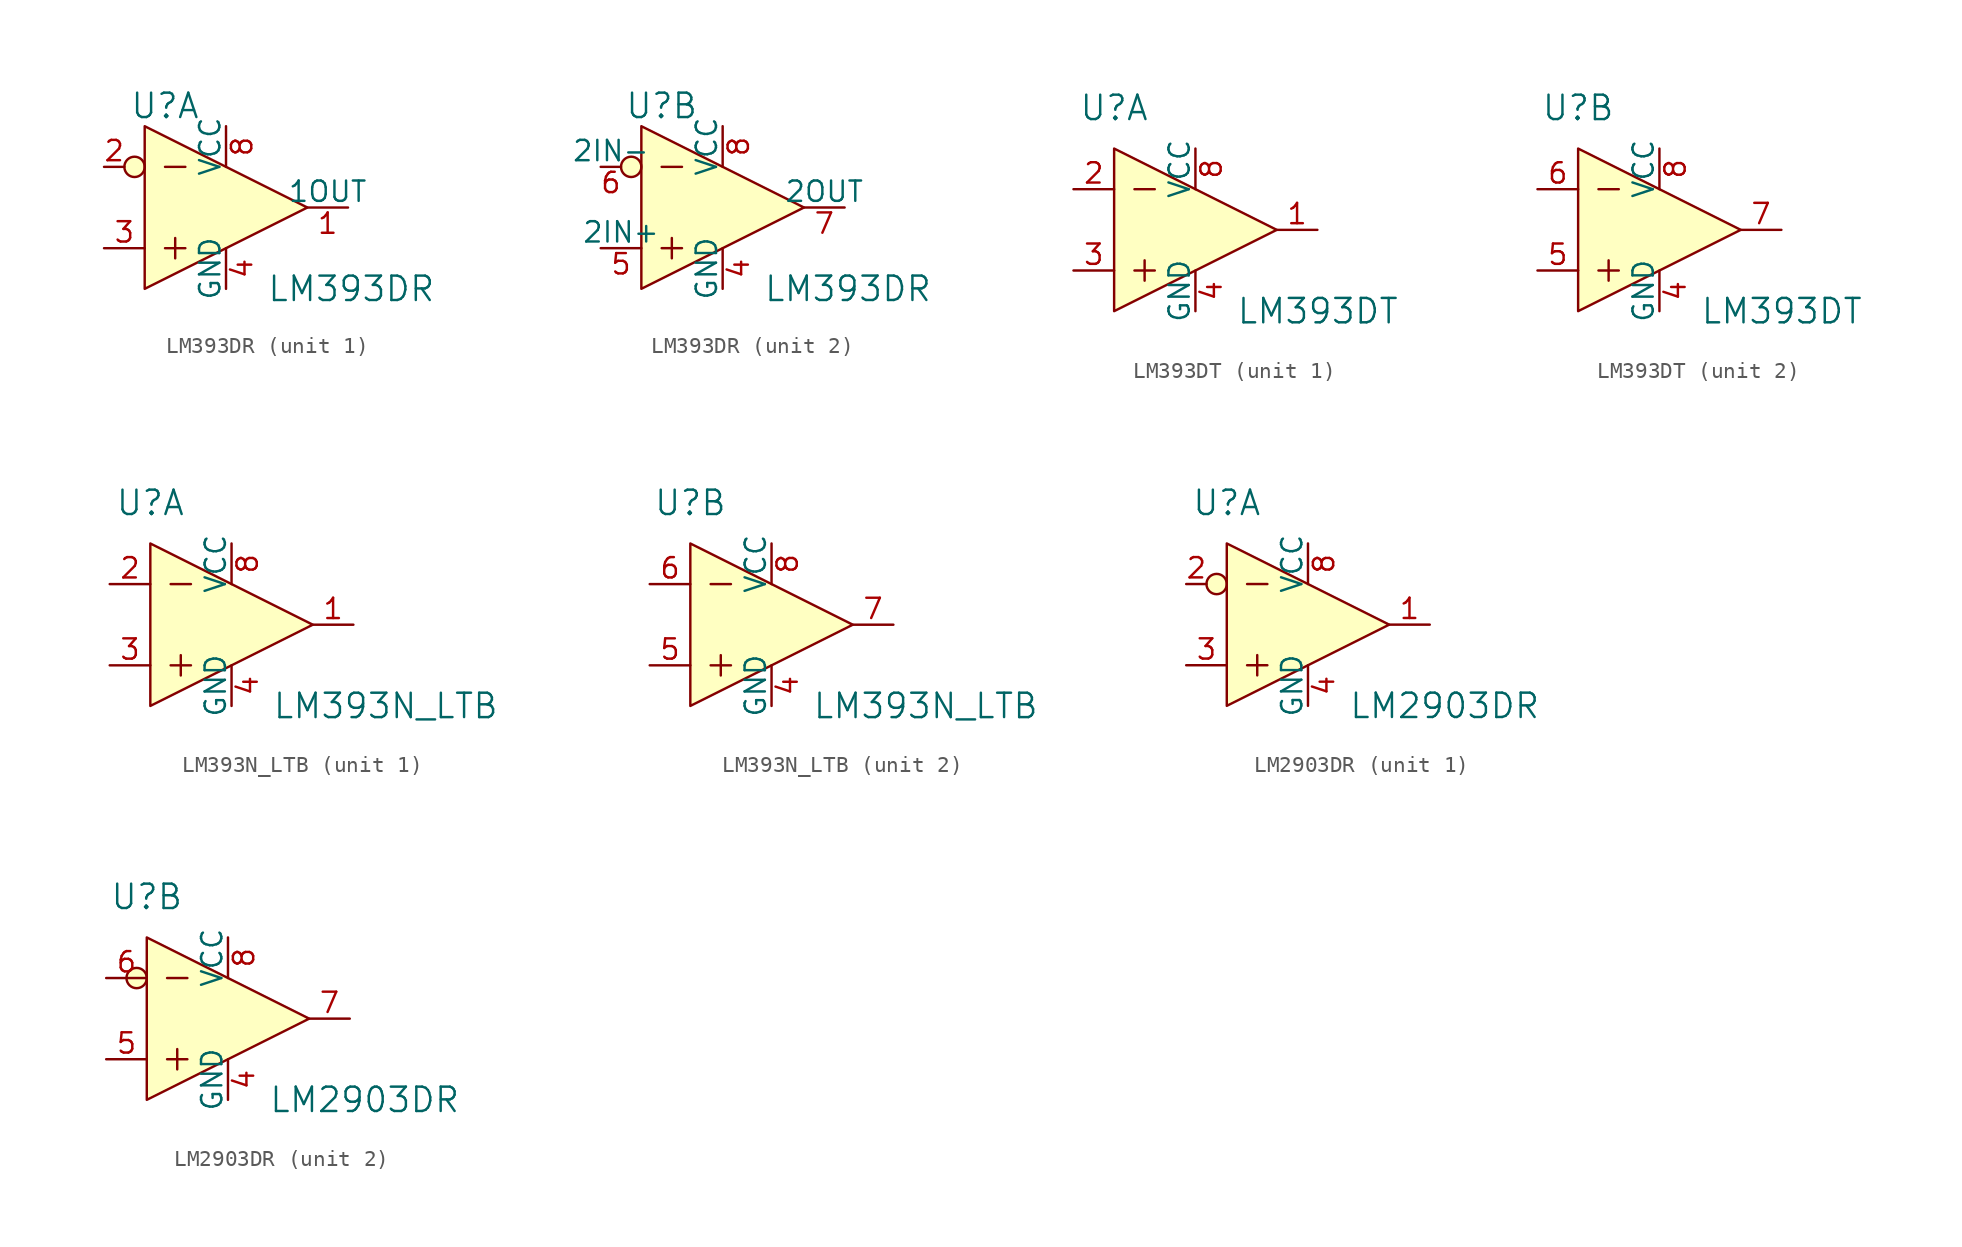
<source format=kicad_sym>
(kicad_symbol_lib
  (version 20231120)
  (generator "kicad_symbol_editor")
  (generator_version "8.0")
  (symbol "LM393DR"
    (pin_names
      (offset 0))
    (property "Reference" "U"
      (at -3.81 6.35 0)
      (effects (font (size 1.524 1.524))))
    (property "Value" "LM393DR"
      (at 2.54 -5.08 0)
      (effects (font (size 1.524 1.524)) (justify left)))
    (property "ki_locked" ""
      (at 0 0 0)
      (effects (font (size 1.27 1.27))))
    (symbol "LM393DR_0_1"
      (circle (center -5.715 2.54) (radius 0.635) (stroke (width 0) (type default)) (fill (type background)))
      (polyline (pts (xy -3.81 -2.54) (xy -2.54 -2.54)) (stroke (width 0) (type default)) (fill (type none)))
      (polyline (pts (xy -3.81 2.54) (xy -2.54 2.54)) (stroke (width 0) (type default)) (fill (type none)))
      (polyline (pts (xy -3.175 -1.905) (xy -3.175 -3.175)) (stroke (width 0) (type default)) (fill (type none)))
      (polyline (pts (xy -5.08 5.08) (xy -5.08 -5.08) (xy 5.08 0) (xy -5.08 5.08)) (stroke (width 0) (type default)) (fill (type background))))
    (symbol "LM393DR_1_1"
      (pin output line (at 7.62 0 180) (length 2.54) (name "1OUT" (effects (font (size 1.27 1.27)))) (number "1" (effects (font (size 1.27 1.27)))))
      (pin input line (at -7.62 2.54 0) (length 1.27) (name "~" (effects (font (size 1.27 1.27)))) (number "2" (effects (font (size 1.27 1.27)))))
      (pin input line (at -7.62 -2.54 0) (length 2.54) (name "~" (effects (font (size 1.27 1.27)))) (number "3" (effects (font (size 1.27 1.27)))))
      (pin power_in line (at 0 -5.08 90) (length 2.54) (name "GND" (effects (font (size 1.27 1.27)))) (number "4" (effects (font (size 1.27 1.27)))))
      (pin power_in line (at 0 5.08 270) (length 2.54) (name "VCC" (effects (font (size 1.27 1.27)))) (number "8" (effects (font (size 1.27 1.27))))))
    (symbol "LM393DR_2_1"
      (pin power_in line (at 0 -5.08 90) (length 2.54) (name "GND" (effects (font (size 1.27 1.27)))) (number "4" (effects (font (size 1.27 1.27)))))
      (pin input line (at -7.62 -2.54 0) (length 2.54) (name "2IN+" (effects (font (size 1.27 1.27)))) (number "5" (effects (font (size 1.27 1.27)))))
      (pin input line (at -7.62 2.54 0) (length 1.27) (name "2IN-" (effects (font (size 1.27 1.27)))) (number "6" (effects (font (size 1.27 1.27)))))
      (pin output line (at 7.62 0 180) (length 2.54) (name "2OUT" (effects (font (size 1.27 1.27)))) (number "7" (effects (font (size 1.27 1.27)))))
      (pin power_in line (at 0 5.08 270) (length 2.54) (name "VCC" (effects (font (size 1.27 1.27)))) (number "8" (effects (font (size 1.27 1.27)))))))
  (symbol "LM393DT"
    (pin_names
      (offset 0))
    (property "Reference" "U"
      (at -5.08 7.62 0)
      (effects (font (size 1.524 1.524))))
    (property "Value" "LM393DT"
      (at 2.54 -5.08 0)
      (effects (font (size 1.524 1.524)) (justify left)))
    (property "ki_locked" ""
      (at 0 0 0)
      (effects (font (size 1.27 1.27))))
    (symbol "LM393DT_0_1"
      (polyline (pts (xy -3.81 -2.54) (xy -2.54 -2.54)) (stroke (width 0) (type default)) (fill (type none)))
      (polyline (pts (xy -3.81 2.54) (xy -2.54 2.54)) (stroke (width 0) (type default)) (fill (type none)))
      (polyline (pts (xy -3.175 -1.905) (xy -3.175 -3.175)) (stroke (width 0) (type default)) (fill (type none)))
      (polyline (pts (xy -5.08 5.08) (xy -5.08 -5.08) (xy 5.08 0) (xy -5.08 5.08)) (stroke (width 0) (type default)) (fill (type background))))
    (symbol "LM393DT_1_1"
      (pin output line (at 7.62 0 180) (length 2.54) (name "~" (effects (font (size 1.27 1.27)))) (number "1" (effects (font (size 1.27 1.27)))))
      (pin input line (at -7.62 2.54 0) (length 2.54) (name "~" (effects (font (size 1.27 1.27)))) (number "2" (effects (font (size 1.27 1.27)))))
      (pin input line (at -7.62 -2.54 0) (length 2.54) (name "~" (effects (font (size 1.27 1.27)))) (number "3" (effects (font (size 1.27 1.27)))))
      (pin power_in line (at 0 -5.08 90) (length 2.54) (name "GND" (effects (font (size 1.27 1.27)))) (number "4" (effects (font (size 1.27 1.27)))))
      (pin power_in line (at 0 5.08 270) (length 2.54) (name "VCC" (effects (font (size 1.27 1.27)))) (number "8" (effects (font (size 1.27 1.27))))))
    (symbol "LM393DT_2_1"
      (pin power_in line (at 0 -5.08 90) (length 2.54) (name "GND" (effects (font (size 1.27 1.27)))) (number "4" (effects (font (size 1.27 1.27)))))
      (pin input line (at -7.62 -2.54 0) (length 2.54) (name "~" (effects (font (size 1.27 1.27)))) (number "5" (effects (font (size 1.27 1.27)))))
      (pin input line (at -7.62 2.54 0) (length 2.54) (name "~" (effects (font (size 1.27 1.27)))) (number "6" (effects (font (size 1.27 1.27)))))
      (pin output line (at 7.62 0 180) (length 2.54) (name "~" (effects (font (size 1.27 1.27)))) (number "7" (effects (font (size 1.27 1.27)))))
      (pin power_in line (at 0 5.08 270) (length 2.54) (name "VCC" (effects (font (size 1.27 1.27)))) (number "8" (effects (font (size 1.27 1.27)))))))
  (symbol "LM393N_LTB"
    (pin_names
      (offset 0))
    (property "Reference" "U"
      (at -5.08 7.62 0)
      (effects (font (size 1.524 1.524))))
    (property "Value" "LM393N_LTB"
      (at 2.54 -5.08 0)
      (effects (font (size 1.524 1.524)) (justify left)))
    (property "ki_locked" ""
      (at 0 0 0)
      (effects (font (size 1.27 1.27))))
    (symbol "LM393N_LTB_0_1"
      (polyline (pts (xy -3.81 -2.54) (xy -2.54 -2.54)) (stroke (width 0) (type default)) (fill (type none)))
      (polyline (pts (xy -3.81 2.54) (xy -2.54 2.54)) (stroke (width 0) (type default)) (fill (type none)))
      (polyline (pts (xy -3.175 -1.905) (xy -3.175 -3.175)) (stroke (width 0) (type default)) (fill (type none)))
      (polyline (pts (xy -5.08 5.08) (xy -5.08 -5.08) (xy 5.08 0) (xy -5.08 5.08)) (stroke (width 0) (type default)) (fill (type background))))
    (symbol "LM393N_LTB_1_1"
      (pin output line (at 7.62 0 180) (length 2.54) (name "~" (effects (font (size 1.27 1.27)))) (number "1" (effects (font (size 1.27 1.27)))))
      (pin input line (at -7.62 2.54 0) (length 2.54) (name "~" (effects (font (size 1.27 1.27)))) (number "2" (effects (font (size 1.27 1.27)))))
      (pin input line (at -7.62 -2.54 0) (length 2.54) (name "~" (effects (font (size 1.27 1.27)))) (number "3" (effects (font (size 1.27 1.27)))))
      (pin power_in line (at 0 -5.08 90) (length 2.54) (name "GND" (effects (font (size 1.27 1.27)))) (number "4" (effects (font (size 1.27 1.27)))))
      (pin power_in line (at 0 5.08 270) (length 2.54) (name "VCC" (effects (font (size 1.27 1.27)))) (number "8" (effects (font (size 1.27 1.27))))))
    (symbol "LM393N_LTB_2_1"
      (pin power_in line (at 0 -5.08 90) (length 2.54) (name "GND" (effects (font (size 1.27 1.27)))) (number "4" (effects (font (size 1.27 1.27)))))
      (pin input line (at -7.62 -2.54 0) (length 2.54) (name "~" (effects (font (size 1.27 1.27)))) (number "5" (effects (font (size 1.27 1.27)))))
      (pin input line (at -7.62 2.54 0) (length 2.54) (name "~" (effects (font (size 1.27 1.27)))) (number "6" (effects (font (size 1.27 1.27)))))
      (pin output line (at 7.62 0 180) (length 2.54) (name "~" (effects (font (size 1.27 1.27)))) (number "7" (effects (font (size 1.27 1.27)))))
      (pin power_in line (at 0 5.08 270) (length 2.54) (name "VCC" (effects (font (size 1.27 1.27)))) (number "8" (effects (font (size 1.27 1.27)))))))
  (symbol "LM2903DR"
    (pin_names
      (offset 0))
    (property "Reference" "U"
      (at -5.08 7.62 0)
      (effects (font (size 1.524 1.524))))
    (property "Value" "LM2903DR"
      (at 2.54 -5.08 0)
      (effects (font (size 1.524 1.524)) (justify left)))
    (property "ki_locked" ""
      (at 0 0 0)
      (effects (font (size 1.27 1.27))))
    (symbol "LM2903DR_0_1"
      (circle (center -5.715 2.54) (radius 0.635) (stroke (width 0) (type default)) (fill (type background)))
      (polyline (pts (xy -3.81 -2.54) (xy -2.54 -2.54)) (stroke (width 0) (type default)) (fill (type none)))
      (polyline (pts (xy -3.81 2.54) (xy -2.54 2.54)) (stroke (width 0) (type default)) (fill (type none)))
      (polyline (pts (xy -3.175 -1.905) (xy -3.175 -2.54) (xy -3.175 -3.175)) (stroke (width 0) (type default)) (fill (type none)))
      (polyline (pts (xy -5.08 5.08) (xy -5.08 -5.08) (xy 5.08 0) (xy -5.08 5.08)) (stroke (width 0) (type default)) (fill (type background))))
    (symbol "LM2903DR_1_1"
      (pin output line (at 7.62 0 180) (length 2.54) (name "~" (effects (font (size 1.27 1.27)))) (number "1" (effects (font (size 1.27 1.27)))))
      (pin input line (at -7.62 2.54 0) (length 1.27) (name "~" (effects (font (size 1.27 1.27)))) (number "2" (effects (font (size 1.27 1.27)))))
      (pin input line (at -7.62 -2.54 0) (length 2.54) (name "~" (effects (font (size 1.27 1.27)))) (number "3" (effects (font (size 1.27 1.27)))))
      (pin power_in line (at 0 -5.08 90) (length 2.54) (name "GND" (effects (font (size 1.27 1.27)))) (number "4" (effects (font (size 1.27 1.27)))))
      (pin power_in line (at 0 5.08 270) (length 2.54) (name "VCC" (effects (font (size 1.27 1.27)))) (number "8" (effects (font (size 1.27 1.27))))))
    (symbol "LM2903DR_2_1"
      (pin power_in line (at 0 -5.08 90) (length 2.54) (name "GND" (effects (font (size 1.27 1.27)))) (number "4" (effects (font (size 1.27 1.27)))))
      (pin input line (at -7.62 -2.54 0) (length 2.54) (name "~" (effects (font (size 1.27 1.27)))) (number "5" (effects (font (size 1.27 1.27)))))
      (pin input line (at -7.62 2.54 0) (length 2.54) (name "~" (effects (font (size 1.27 1.27)))) (number "6" (effects (font (size 1.27 1.27)))))
      (pin output line (at 7.62 0 180) (length 2.54) (name "~" (effects (font (size 1.27 1.27)))) (number "7" (effects (font (size 1.27 1.27)))))
      (pin power_in line (at 0 5.08 270) (length 2.54) (name "VCC" (effects (font (size 1.27 1.27)))) (number "8" (effects (font (size 1.27 1.27))))))))
</source>
